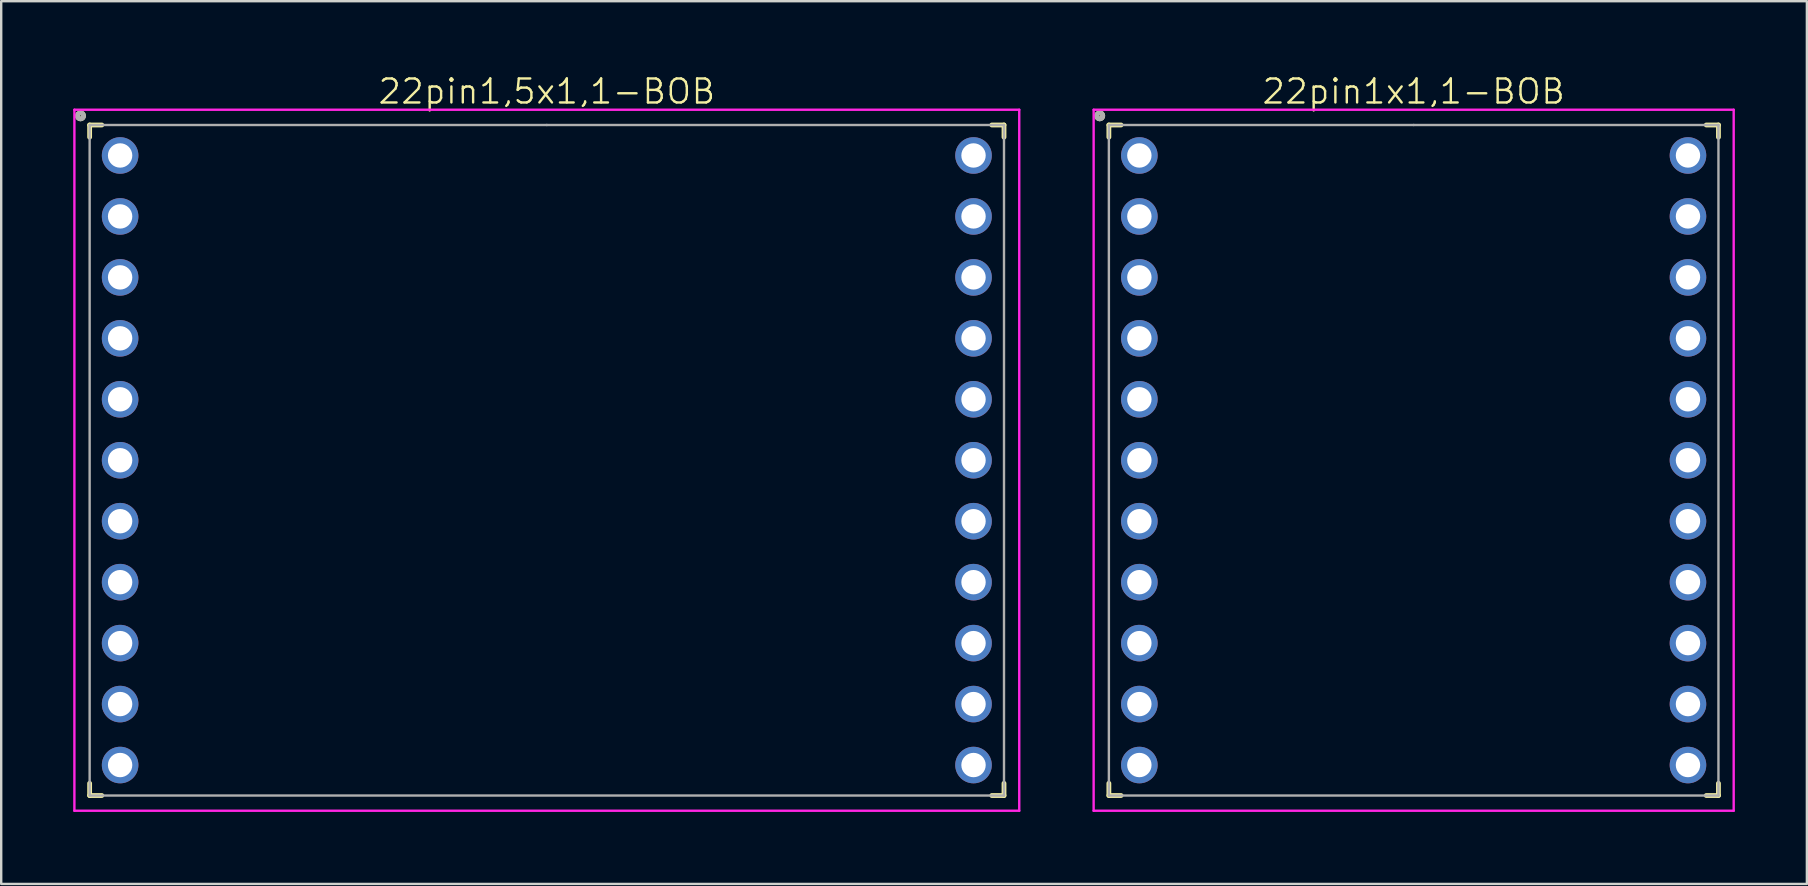
<source format=kicad_pcb>
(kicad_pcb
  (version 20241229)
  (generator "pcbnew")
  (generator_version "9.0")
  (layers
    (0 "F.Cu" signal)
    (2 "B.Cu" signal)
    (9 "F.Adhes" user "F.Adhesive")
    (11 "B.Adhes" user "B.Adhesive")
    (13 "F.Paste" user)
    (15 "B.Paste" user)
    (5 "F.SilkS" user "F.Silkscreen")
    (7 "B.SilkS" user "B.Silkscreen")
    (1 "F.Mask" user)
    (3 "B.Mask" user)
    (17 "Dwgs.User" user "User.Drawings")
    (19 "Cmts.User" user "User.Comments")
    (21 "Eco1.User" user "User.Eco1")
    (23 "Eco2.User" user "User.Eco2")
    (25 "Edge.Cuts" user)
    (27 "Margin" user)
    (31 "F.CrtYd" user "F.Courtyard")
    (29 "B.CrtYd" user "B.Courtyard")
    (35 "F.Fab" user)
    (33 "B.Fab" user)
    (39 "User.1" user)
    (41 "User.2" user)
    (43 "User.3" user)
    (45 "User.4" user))
  (footprint "22pin1x1,1-BOB"
    (layer "F.Cu")
    (at 55.855 16.128)
    (property "Reference" "22pin1x1,1-BOB" (at 0 -15.367 0) (layer "F.SilkS") (effects (font (size 1 1) (thickness 0.1))))
    (attr through_hole)
    (fp_line (start -12.7 -13.97) (end -12.7 -13.462) (stroke (width 0.2) (type solid)) (layer "F.SilkS"))
    (fp_line (start -12.7 -13.97) (end -12.192 -13.97) (stroke (width 0.2) (type solid)) (layer "F.SilkS"))
    (fp_line (start -12.7 13.97) (end -12.7 13.462) (stroke (width 0.2) (type solid)) (layer "F.SilkS"))
    (fp_line (start -12.7 13.97) (end -12.192 13.97) (stroke (width 0.2) (type solid)) (layer "F.SilkS"))
    (fp_line (start 12.7 -13.97) (end 12.192 -13.97) (stroke (width 0.2) (type solid)) (layer "F.SilkS"))
    (fp_line (start 12.7 -13.97) (end 12.7 -13.462) (stroke (width 0.2) (type solid)) (layer "F.SilkS"))
    (fp_line (start 12.7 13.97) (end 12.192 13.97) (stroke (width 0.2) (type solid)) (layer "F.SilkS"))
    (fp_line (start 12.7 13.97) (end 12.7 13.462) (stroke (width 0.2) (type solid)) (layer "F.SilkS"))
    (fp_circle (center -13.081 -14.351) (end -12.954 -14.351) (stroke (width 0.2) (type solid)) (fill no) (layer "F.SilkS"))
    (fp_line (start -13.335 -14.605) (end 13.335 -14.605) (stroke (width 0.1) (type solid)) (layer "F.CrtYd"))
    (fp_line (start -13.335 14.605) (end -13.335 -14.605) (stroke (width 0.1) (type solid)) (layer "F.CrtYd"))
    (fp_line (start 13.335 -14.605) (end 13.335 14.605) (stroke (width 0.1) (type solid)) (layer "F.CrtYd"))
    (fp_line (start 13.335 14.605) (end -13.335 14.605) (stroke (width 0.1) (type solid)) (layer "F.CrtYd"))
    (fp_line (start -12.7 -13.97) (end 0 -13.97) (stroke (width 0.1) (type solid)) (layer "F.Fab"))
    (fp_line (start -12.7 13.97) (end -12.7 -13.97) (stroke (width 0.1) (type solid)) (layer "F.Fab"))
    (fp_line (start 0 -13.97) (end 12.7 -13.97) (stroke (width 0.1) (type solid)) (layer "F.Fab"))
    (fp_line (start 12.7 -13.97) (end 12.7 13.97) (stroke (width 0.1) (type solid)) (layer "F.Fab"))
    (fp_line (start 12.7 13.97) (end -12.7 13.97) (stroke (width 0.1) (type solid)) (layer "F.Fab"))
    (fp_circle (center -13.081 -14.351) (end -12.954 -14.351) (stroke (width 0.2) (type solid)) (fill no) (layer "F.Fab"))
    (pad "1" thru_hole circle (at -11.43 -12.7) (size 1.524 1.524) (drill 1.016) (layers "*.Cu" "*.Mask"))
    (pad "2" thru_hole circle (at -11.43 -10.16) (size 1.524 1.524) (drill 1.016) (layers "*.Cu" "*.Mask"))
    (pad "3" thru_hole circle (at -11.43 -7.62) (size 1.524 1.524) (drill 1.016) (layers "*.Cu" "*.Mask"))
    (pad "4" thru_hole circle (at -11.43 -5.08) (size 1.524 1.524) (drill 1.016) (layers "*.Cu" "*.Mask"))
    (pad "5" thru_hole circle (at -11.43 -2.54) (size 1.524 1.524) (drill 1.016) (layers "*.Cu" "*.Mask"))
    (pad "6" thru_hole circle (at -11.43 0) (size 1.524 1.524) (drill 1.016) (layers "*.Cu" "*.Mask"))
    (pad "7" thru_hole circle (at -11.43 2.54) (size 1.524 1.524) (drill 1.016) (layers "*.Cu" "*.Mask"))
    (pad "8" thru_hole circle (at -11.43 5.08) (size 1.524 1.524) (drill 1.016) (layers "*.Cu" "*.Mask"))
    (pad "9" thru_hole circle (at -11.43 7.62) (size 1.524 1.524) (drill 1.016) (layers "*.Cu" "*.Mask"))
    (pad "10" thru_hole circle (at -11.43 10.16) (size 1.524 1.524) (drill 1.016) (layers "*.Cu" "*.Mask"))
    (pad "11" thru_hole circle (at -11.43 12.7) (size 1.524 1.524) (drill 1.016) (layers "*.Cu" "*.Mask"))
    (pad "12" thru_hole circle (at 11.43 -12.7) (size 1.524 1.524) (drill 1.016) (layers "*.Cu" "*.Mask"))
    (pad "13" thru_hole circle (at 11.43 -10.16) (size 1.524 1.524) (drill 1.016) (layers "*.Cu" "*.Mask"))
    (pad "14" thru_hole circle (at 11.43 -7.62) (size 1.524 1.524) (drill 1.016) (layers "*.Cu" "*.Mask"))
    (pad "15" thru_hole circle (at 11.43 -5.08) (size 1.524 1.524) (drill 1.016) (layers "*.Cu" "*.Mask"))
    (pad "16" thru_hole circle (at 11.43 -2.54) (size 1.524 1.524) (drill 1.016) (layers "*.Cu" "*.Mask"))
    (pad "17" thru_hole circle (at 11.43 0) (size 1.524 1.524) (drill 1.016) (layers "*.Cu" "*.Mask"))
    (pad "18" thru_hole circle (at 11.43 2.54) (size 1.524 1.524) (drill 1.016) (layers "*.Cu" "*.Mask"))
    (pad "19" thru_hole circle (at 11.43 5.08) (size 1.524 1.524) (drill 1.016) (layers "*.Cu" "*.Mask"))
    (pad "20" thru_hole circle (at 11.43 7.62) (size 1.524 1.524) (drill 1.016) (layers "*.Cu" "*.Mask"))
    (pad "21" thru_hole circle (at 11.43 10.16) (size 1.524 1.524) (drill 1.016) (layers "*.Cu" "*.Mask"))
    (pad "22" thru_hole circle (at 11.43 12.7) (size 1.524 1.524) (drill 1.016) (layers "*.Cu" "*.Mask")))
  (footprint "22pin1,5x1,1-BOB"
    (layer "F.Cu")
    (at 19.735 16.128)
    (property "Reference" "22pin1,5x1,1-BOB" (at 0 -15.367 0) (layer "F.SilkS") (effects (font (size 1 1) (thickness 0.1))))
    (attr through_hole)
    (fp_line (start -19.05 -13.97) (end -19.05 -13.462) (stroke (width 0.2) (type solid)) (layer "F.SilkS"))
    (fp_line (start -19.05 -13.97) (end -18.542 -13.97) (stroke (width 0.2) (type solid)) (layer "F.SilkS"))
    (fp_line (start -19.05 13.97) (end -19.05 13.462) (stroke (width 0.2) (type solid)) (layer "F.SilkS"))
    (fp_line (start -19.05 13.97) (end -18.542 13.97) (stroke (width 0.2) (type solid)) (layer "F.SilkS"))
    (fp_line (start 19.05 -13.97) (end 18.542 -13.97) (stroke (width 0.2) (type solid)) (layer "F.SilkS"))
    (fp_line (start 19.05 -13.97) (end 19.05 -13.462) (stroke (width 0.2) (type solid)) (layer "F.SilkS"))
    (fp_line (start 19.05 13.97) (end 18.542 13.97) (stroke (width 0.2) (type solid)) (layer "F.SilkS"))
    (fp_line (start 19.05 13.97) (end 19.05 13.462) (stroke (width 0.2) (type solid)) (layer "F.SilkS"))
    (fp_circle (center -19.431 -14.351) (end -19.304 -14.351) (stroke (width 0.2) (type solid)) (fill no) (layer "F.SilkS"))
    (fp_line (start -19.685 -14.605) (end 19.685 -14.605) (stroke (width 0.1) (type solid)) (layer "F.CrtYd"))
    (fp_line (start -19.685 14.605) (end -19.685 -14.605) (stroke (width 0.1) (type solid)) (layer "F.CrtYd"))
    (fp_line (start 19.685 -14.605) (end 19.685 14.605) (stroke (width 0.1) (type solid)) (layer "F.CrtYd"))
    (fp_line (start 19.685 14.605) (end -19.685 14.605) (stroke (width 0.1) (type solid)) (layer "F.CrtYd"))
    (fp_line (start -19.05 -13.97) (end 0 -13.97) (stroke (width 0.1) (type solid)) (layer "F.Fab"))
    (fp_line (start -19.05 13.97) (end -19.05 -13.97) (stroke (width 0.1) (type solid)) (layer "F.Fab"))
    (fp_line (start 0 -13.97) (end 19.05 -13.97) (stroke (width 0.1) (type solid)) (layer "F.Fab"))
    (fp_line (start 19.05 -13.97) (end 19.05 13.97) (stroke (width 0.1) (type solid)) (layer "F.Fab"))
    (fp_line (start 19.05 13.97) (end -19.05 13.97) (stroke (width 0.1) (type solid)) (layer "F.Fab"))
    (fp_circle (center -19.431 -14.351) (end -19.304 -14.351) (stroke (width 0.2) (type solid)) (fill no) (layer "F.Fab"))
    (pad "1" thru_hole circle (at -17.78 -12.7) (size 1.524 1.524) (drill 1.016) (layers "*.Cu" "*.Mask"))
    (pad "2" thru_hole circle (at -17.78 -10.16) (size 1.524 1.524) (drill 1.016) (layers "*.Cu" "*.Mask"))
    (pad "3" thru_hole circle (at -17.78 -7.62) (size 1.524 1.524) (drill 1.016) (layers "*.Cu" "*.Mask"))
    (pad "4" thru_hole circle (at -17.78 -5.08) (size 1.524 1.524) (drill 1.016) (layers "*.Cu" "*.Mask"))
    (pad "5" thru_hole circle (at -17.78 -2.54) (size 1.524 1.524) (drill 1.016) (layers "*.Cu" "*.Mask"))
    (pad "6" thru_hole circle (at -17.78 0) (size 1.524 1.524) (drill 1.016) (layers "*.Cu" "*.Mask"))
    (pad "7" thru_hole circle (at -17.78 2.54) (size 1.524 1.524) (drill 1.016) (layers "*.Cu" "*.Mask"))
    (pad "8" thru_hole circle (at -17.78 5.08) (size 1.524 1.524) (drill 1.016) (layers "*.Cu" "*.Mask"))
    (pad "9" thru_hole circle (at -17.78 7.62) (size 1.524 1.524) (drill 1.016) (layers "*.Cu" "*.Mask"))
    (pad "10" thru_hole circle (at -17.78 10.16) (size 1.524 1.524) (drill 1.016) (layers "*.Cu" "*.Mask"))
    (pad "11" thru_hole circle (at -17.78 12.7) (size 1.524 1.524) (drill 1.016) (layers "*.Cu" "*.Mask"))
    (pad "12" thru_hole circle (at 17.78 -12.7) (size 1.524 1.524) (drill 1.016) (layers "*.Cu" "*.Mask"))
    (pad "13" thru_hole circle (at 17.78 -10.16) (size 1.524 1.524) (drill 1.016) (layers "*.Cu" "*.Mask"))
    (pad "14" thru_hole circle (at 17.78 -7.62) (size 1.524 1.524) (drill 1.016) (layers "*.Cu" "*.Mask"))
    (pad "15" thru_hole circle (at 17.78 -5.08) (size 1.524 1.524) (drill 1.016) (layers "*.Cu" "*.Mask"))
    (pad "16" thru_hole circle (at 17.78 -2.54) (size 1.524 1.524) (drill 1.016) (layers "*.Cu" "*.Mask"))
    (pad "17" thru_hole circle (at 17.78 0) (size 1.524 1.524) (drill 1.016) (layers "*.Cu" "*.Mask"))
    (pad "18" thru_hole circle (at 17.78 2.54) (size 1.524 1.524) (drill 1.016) (layers "*.Cu" "*.Mask"))
    (pad "19" thru_hole circle (at 17.78 5.08) (size 1.524 1.524) (drill 1.016) (layers "*.Cu" "*.Mask"))
    (pad "20" thru_hole circle (at 17.78 7.62) (size 1.524 1.524) (drill 1.016) (layers "*.Cu" "*.Mask"))
    (pad "21" thru_hole circle (at 17.78 10.16) (size 1.524 1.524) (drill 1.016) (layers "*.Cu" "*.Mask"))
    (pad "22" thru_hole circle (at 17.78 12.7) (size 1.524 1.524) (drill 1.016) (layers "*.Cu" "*.Mask")))
  (gr_rect
    (start -3 -3)
    (end 72.24 33.782)
    (stroke (width 0.1) (type default))
    (fill no)
    (layer "Edge.Cuts")))
</source>
